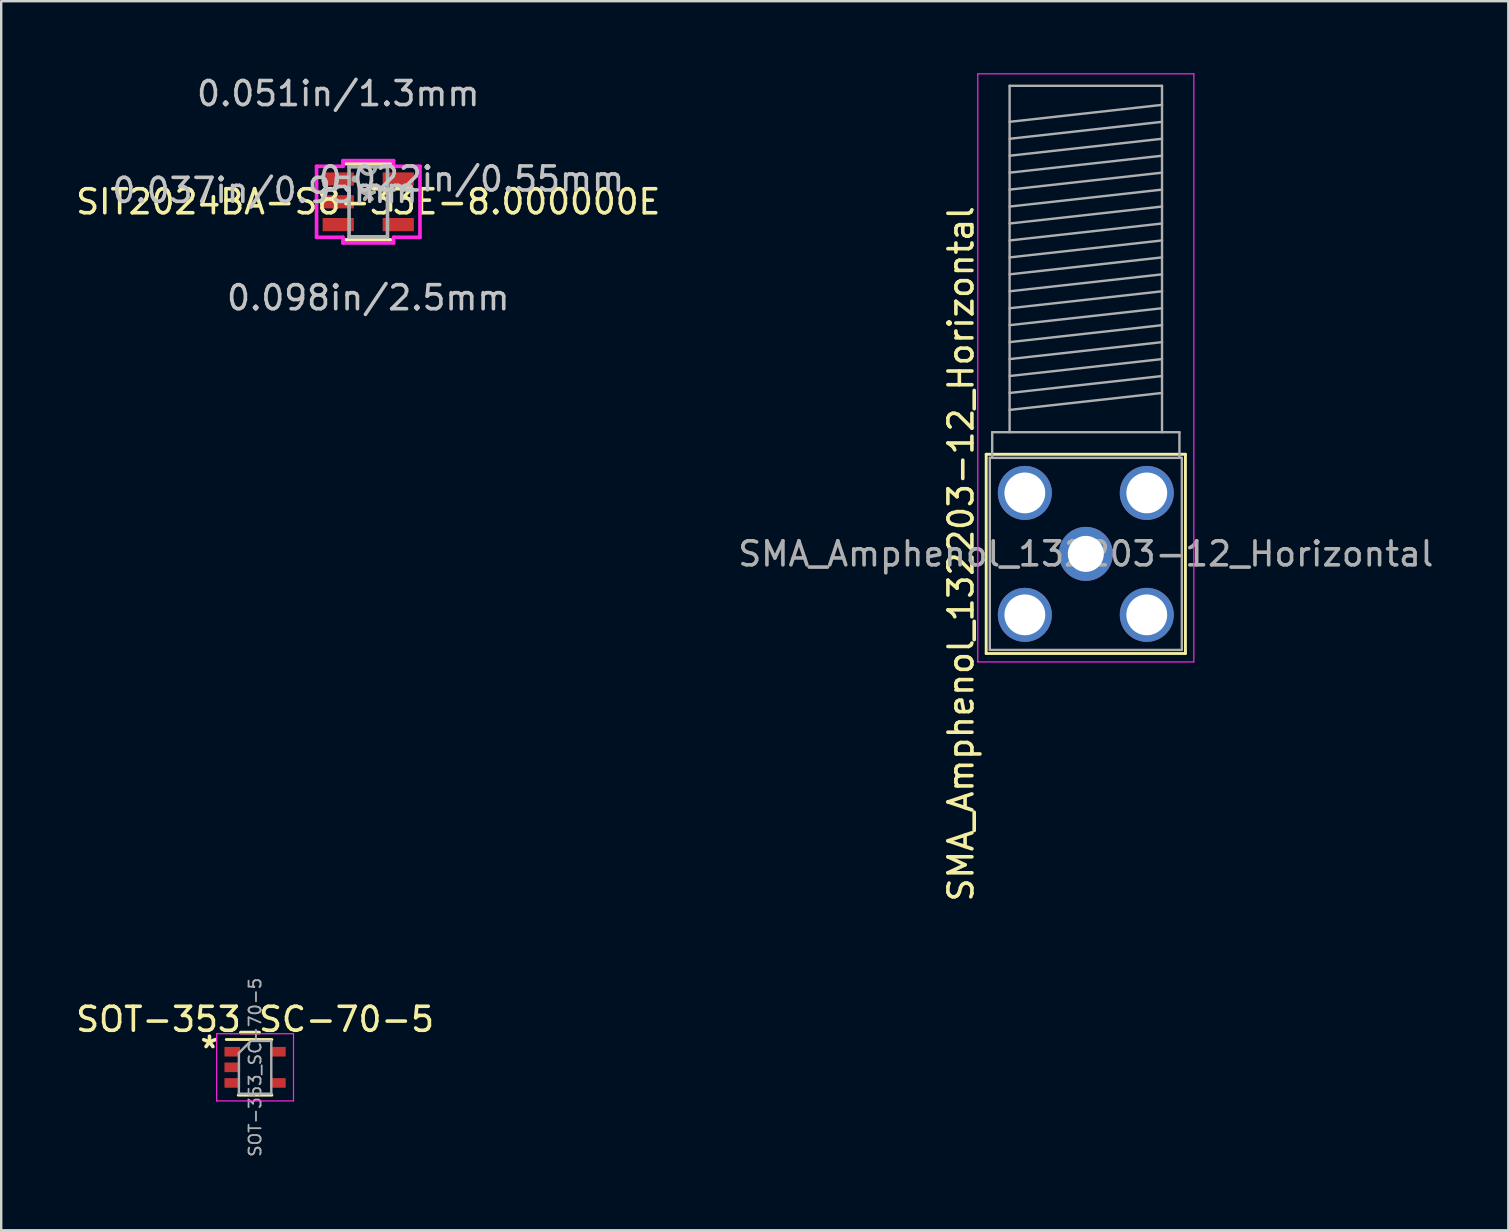
<source format=kicad_pcb>
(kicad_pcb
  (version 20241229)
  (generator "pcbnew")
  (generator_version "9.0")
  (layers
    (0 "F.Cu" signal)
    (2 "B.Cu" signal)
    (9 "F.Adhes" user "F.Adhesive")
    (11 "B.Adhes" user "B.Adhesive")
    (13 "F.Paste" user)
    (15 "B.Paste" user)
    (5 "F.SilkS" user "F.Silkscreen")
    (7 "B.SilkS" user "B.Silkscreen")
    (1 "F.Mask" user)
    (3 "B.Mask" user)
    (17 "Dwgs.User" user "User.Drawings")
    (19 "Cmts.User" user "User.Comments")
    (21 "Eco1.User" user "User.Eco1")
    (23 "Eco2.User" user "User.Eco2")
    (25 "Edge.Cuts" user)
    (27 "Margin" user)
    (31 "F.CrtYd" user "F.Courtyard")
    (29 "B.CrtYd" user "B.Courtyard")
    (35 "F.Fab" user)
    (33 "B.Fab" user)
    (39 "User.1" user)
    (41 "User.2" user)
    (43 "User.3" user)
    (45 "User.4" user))
  (footprint "SMA_Amphenol_132203-12_Horizontal"
    (layer "F.Cu")
    (at 42.185 20.025)
    (property "Reference" "SMA_Amphenol_132203-12_Horizontal" (at -5.2 0 90) (layer "F.SilkS") (effects (font (size 1 1) (thickness 0.15))))
    (attr through_hole)
    (fp_line (start -4.15 -4.15) (end -4.15 4.15) (stroke (width 0.12) (type solid)) (layer "F.SilkS"))
    (fp_line (start -4.15 -4.15) (end 4.15 -4.15) (stroke (width 0.12) (type solid)) (layer "F.SilkS"))
    (fp_line (start -4.15 4.15) (end 4.15 4.15) (stroke (width 0.12) (type solid)) (layer "F.SilkS"))
    (fp_line (start 4.15 -4.15) (end 4.15 4.15) (stroke (width 0.12) (type solid)) (layer "F.SilkS"))
    (fp_line (start -4.5 -20) (end -4.5 4.5) (stroke (width 0.05) (type solid)) (layer "F.CrtYd"))
    (fp_line (start -4.5 -20) (end 4.5 -20) (stroke (width 0.05) (type solid)) (layer "F.CrtYd"))
    (fp_line (start 4.5 4.5) (end -4.5 4.5) (stroke (width 0.05) (type solid)) (layer "F.CrtYd"))
    (fp_line (start 4.5 4.5) (end 4.5 -20) (stroke (width 0.05) (type solid)) (layer "F.CrtYd"))
    (fp_line (start -4 -4) (end -4 4) (stroke (width 0.1) (type solid)) (layer "F.Fab"))
    (fp_line (start -4 -4) (end 4 -4) (stroke (width 0.1) (type solid)) (layer "F.Fab"))
    (fp_line (start -4 4) (end 4 4) (stroke (width 0.1) (type solid)) (layer "F.Fab"))
    (fp_line (start -3.9 -5.07) (end -3.9 -4) (stroke (width 0.1) (type solid)) (layer "F.Fab"))
    (fp_line (start -3.175 -19.5) (end -3.175 -5.07) (stroke (width 0.1) (type solid)) (layer "F.Fab"))
    (fp_line (start -3.175 -19.5) (end 3.175 -19.5) (stroke (width 0.1) (type solid)) (layer "F.Fab"))
    (fp_line (start -3.175 -18) (end 3.175 -18.706) (stroke (width 0.1) (type solid)) (layer "F.Fab"))
    (fp_line (start -3.175 -17.294) (end 3.175 -18) (stroke (width 0.1) (type solid)) (layer "F.Fab"))
    (fp_line (start -3.175 -16.588) (end 3.175 -17.294) (stroke (width 0.1) (type solid)) (layer "F.Fab"))
    (fp_line (start -3.175 -15.882) (end 3.175 -16.588) (stroke (width 0.1) (type solid)) (layer "F.Fab"))
    (fp_line (start -3.175 -15.176) (end 3.175 -15.882) (stroke (width 0.1) (type solid)) (layer "F.Fab"))
    (fp_line (start -3.175 -14.47) (end 3.175 -15.176) (stroke (width 0.1) (type solid)) (layer "F.Fab"))
    (fp_line (start -3.175 -13.764) (end 3.175 -14.47) (stroke (width 0.1) (type solid)) (layer "F.Fab"))
    (fp_line (start -3.175 -13.058) (end 3.175 -13.764) (stroke (width 0.1) (type solid)) (layer "F.Fab"))
    (fp_line (start -3.175 -12.352) (end 3.175 -13.058) (stroke (width 0.1) (type solid)) (layer "F.Fab"))
    (fp_line (start -3.175 -11.646) (end 3.175 -12.352) (stroke (width 0.1) (type solid)) (layer "F.Fab"))
    (fp_line (start -3.175 -10.94) (end 3.175 -11.646) (stroke (width 0.1) (type solid)) (layer "F.Fab"))
    (fp_line (start -3.175 -10.234) (end 3.175 -10.94) (stroke (width 0.1) (type solid)) (layer "F.Fab"))
    (fp_line (start -3.175 -9.528) (end 3.175 -10.234) (stroke (width 0.1) (type solid)) (layer "F.Fab"))
    (fp_line (start -3.175 -8.822) (end 3.175 -9.528) (stroke (width 0.1) (type solid)) (layer "F.Fab"))
    (fp_line (start -3.175 -8.116) (end 3.175 -8.822) (stroke (width 0.1) (type solid)) (layer "F.Fab"))
    (fp_line (start -3.175 -7.41) (end 3.175 -8.116) (stroke (width 0.1) (type solid)) (layer "F.Fab"))
    (fp_line (start -3.175 -6.704) (end 3.175 -7.41) (stroke (width 0.1) (type solid)) (layer "F.Fab"))
    (fp_line (start -3.175 -5.998) (end 3.175 -6.704) (stroke (width 0.1) (type solid)) (layer "F.Fab"))
    (fp_line (start 3.175 -19.5) (end 3.175 -5.07) (stroke (width 0.1) (type solid)) (layer "F.Fab"))
    (fp_line (start 3.9 -5.07) (end -3.9 -5.07) (stroke (width 0.1) (type solid)) (layer "F.Fab"))
    (fp_line (start 3.9 -4) (end 3.9 -5.07) (stroke (width 0.1) (type solid)) (layer "F.Fab"))
    (fp_line (start 4 -4) (end 4 4) (stroke (width 0.1) (type solid)) (layer "F.Fab"))
    (fp_text user "${REFERENCE}" (at 0 0 0) (layer "F.Fab") (effects (font (size 1 1) (thickness 0.15))))
    (pad "1" thru_hole circle (at 0 0) (size 2.25 2.25) (drill 1.5) (layers "*.Cu" "*.Mask"))
    (pad "2" thru_hole circle (at -2.54 -2.54) (size 2.25 2.25) (drill 1.7) (layers "*.Cu" "*.Mask"))
    (pad "2" thru_hole circle (at -2.54 2.54) (size 2.25 2.25) (drill 1.7) (layers "*.Cu" "*.Mask"))
    (pad "2" thru_hole circle (at 2.54 -2.54) (size 2.25 2.25) (drill 1.7) (layers "*.Cu" "*.Mask"))
    (pad "2" thru_hole circle (at 2.54 2.54 90) (size 2.25 2.25) (drill 1.7) (layers "*.Cu" "*.Mask")))
  (footprint "SOT-353_SC-70-5"
    (layer "F.Cu")
    (at 7.577 41.415)
    (property "Reference" "SOT-353_SC-70-5" (at 0 -2 0) (layer "F.SilkS") (effects (font (size 1 1) (thickness 0.15))))
    (attr smd)
    (fp_line (start -0.7 1.16) (end 0.7 1.16) (stroke (width 0.12) (type solid)) (layer "F.SilkS"))
    (fp_line (start 0.7 -1.16) (end -1.2 -1.16) (stroke (width 0.12) (type solid)) (layer "F.SilkS"))
    (fp_line (start -1.6 -1.4) (end -1.6 1.4) (stroke (width 0.05) (type solid)) (layer "F.CrtYd"))
    (fp_line (start -1.6 -1.4) (end 1.6 -1.4) (stroke (width 0.05) (type solid)) (layer "F.CrtYd"))
    (fp_line (start -1.6 1.4) (end 1.6 1.4) (stroke (width 0.05) (type solid)) (layer "F.CrtYd"))
    (fp_line (start 1.6 1.4) (end 1.6 -1.4) (stroke (width 0.05) (type solid)) (layer "F.CrtYd"))
    (fp_line (start -0.675 -0.6) (end -0.675 1.1) (stroke (width 0.1) (type solid)) (layer "F.Fab"))
    (fp_line (start -0.175 -1.1) (end -0.675 -0.6) (stroke (width 0.1) (type solid)) (layer "F.Fab"))
    (fp_line (start 0.675 -1.1) (end -0.175 -1.1) (stroke (width 0.1) (type solid)) (layer "F.Fab"))
    (fp_line (start 0.675 -1.1) (end 0.675 1.1) (stroke (width 0.1) (type solid)) (layer "F.Fab"))
    (fp_line (start 0.675 1.1) (end -0.675 1.1) (stroke (width 0.1) (type solid)) (layer "F.Fab"))
    (fp_text user "*" (at -1.9 -0.75 0) (layer "F.SilkS") (effects (font (size 1 1) (thickness 0.15))))
    (fp_text user "${REFERENCE}" (at 0 0 90) (layer "F.Fab") (effects (font (size 0.5 0.5) (thickness 0.075))))
    (pad "1" smd rect (at -0.95 -0.65) (size 0.65 0.4) (layers "F.Cu" "F.Mask" "F.Paste"))
    (pad "2" smd rect (at -0.95 0) (size 0.65 0.4) (layers "F.Cu" "F.Mask" "F.Paste"))
    (pad "3" smd rect (at -0.95 0.65) (size 0.65 0.4) (layers "F.Cu" "F.Mask" "F.Paste"))
    (pad "4" smd rect (at 0.95 0.65) (size 0.65 0.4) (layers "F.Cu" "F.Mask" "F.Paste"))
    (pad "5" smd rect (at 0.95 -0.65) (size 0.65 0.4) (layers "F.Cu" "F.Mask" "F.Paste")))
  (footprint "SIT2024BA-S8-33E-8.000000E"
    (layer "F.Cu")
    (at 12.292 5.357)
    (property "Reference" "SIT2024BA-S8-33E-8.000000E" (at 0 0 0) (layer "F.SilkS") (effects (font (size 1 1) (thickness 0.15))))
    (attr through_hole)
    (fp_line (start -0.927 1.587) (end 0.927 1.587) (stroke (width 0.152) (type solid)) (layer "F.SilkS"))
    (fp_line (start 0.927 -1.587) (end -0.927 -1.587) (stroke (width 0.152) (type solid)) (layer "F.SilkS"))
    (fp_line (start 0.927 0.342) (end 0.927 -0.342) (stroke (width 0.152) (type solid)) (layer "F.SilkS"))
    (fp_line (start -2.154 -1.479) (end -1.054 -1.479) (stroke (width 0.152) (type solid)) (layer "F.CrtYd"))
    (fp_line (start -2.154 1.479) (end -2.154 -1.479) (stroke (width 0.152) (type solid)) (layer "F.CrtYd"))
    (fp_line (start -1.054 -1.714) (end 1.054 -1.714) (stroke (width 0.152) (type solid)) (layer "F.CrtYd"))
    (fp_line (start -1.054 -1.479) (end -1.054 -1.714) (stroke (width 0.152) (type solid)) (layer "F.CrtYd"))
    (fp_line (start -1.054 1.479) (end -2.154 1.479) (stroke (width 0.152) (type solid)) (layer "F.CrtYd"))
    (fp_line (start -1.054 1.714) (end -1.054 1.479) (stroke (width 0.152) (type solid)) (layer "F.CrtYd"))
    (fp_line (start 1.054 -1.714) (end 1.054 -1.479) (stroke (width 0.152) (type solid)) (layer "F.CrtYd"))
    (fp_line (start 1.054 -1.479) (end 2.154 -1.479) (stroke (width 0.152) (type solid)) (layer "F.CrtYd"))
    (fp_line (start 1.054 1.479) (end 1.054 1.714) (stroke (width 0.152) (type solid)) (layer "F.CrtYd"))
    (fp_line (start 1.054 1.714) (end -1.054 1.714) (stroke (width 0.152) (type solid)) (layer "F.CrtYd"))
    (fp_line (start 2.154 -1.479) (end 2.154 1.479) (stroke (width 0.152) (type solid)) (layer "F.CrtYd"))
    (fp_line (start 2.154 1.479) (end 1.054 1.479) (stroke (width 0.152) (type solid)) (layer "F.CrtYd"))
    (fp_line (start -0.8 -1.46) (end -0.8 1.46) (stroke (width 0.152) (type solid)) (layer "F.Fab"))
    (fp_line (start -0.8 1.46) (end 0.8 1.46) (stroke (width 0.152) (type solid)) (layer "F.Fab"))
    (fp_line (start 0.8 -1.46) (end -0.8 -1.46) (stroke (width 0.152) (type solid)) (layer "F.Fab"))
    (fp_line (start 0.8 1.46) (end 0.8 -1.46) (stroke (width 0.152) (type solid)) (layer "F.Fab"))
    (fp_arc (start 0.3048 -1.4605) (mid 0 -1.1557) (end -0.3048 -1.4605) (stroke (width 0.1524) (type solid)) (layer "F.Fab"))
    (fp_circle (center -0.546 -0.95) (end -0.546 -0.95) (stroke (width 0.152) (type solid)) (fill no) (layer "F.Fab"))
    (fp_text user "*" (at 0 0 0) (layer "F.SilkS") (effects (font (size 1 1) (thickness 0.15))))
    (fp_text user "0.022in/0.55mm" (at 4.298 -0.95 0) (layer "Dwgs.User") (effects (font (size 1 1) (thickness 0.15))))
    (fp_text user "0.098in/2.5mm" (at 0 3.998 0) (layer "Dwgs.User") (effects (font (size 1 1) (thickness 0.15))))
    (fp_text user "0.051in/1.3mm" (at -1.25 -4.508 0) (layer "Dwgs.User") (effects (font (size 1 1) (thickness 0.15))))
    (fp_text user "0.037in/0.95mm" (at -4.298 -0.475 0) (layer "Dwgs.User") (effects (font (size 1 1) (thickness 0.15))))
    (fp_text user "Copyright 2016 Accelerated Designs. All rights reserved." (at 0 0 0) (layer "Cmts.User") (effects (font (size 0.127 0.127) (thickness 0.002))))
    (fp_text user "*" (at 0 0 0) (layer "F.Fab") (effects (font (size 1 1) (thickness 0.15))))
    (pad "1" smd rect (at -1.25 -0.95) (size 1.3 0.55) (layers "F.Cu" "F.Mask" "F.Paste"))
    (pad "2" smd rect (at -1.25 0) (size 1.3 0.55) (layers "F.Cu" "F.Mask" "F.Paste"))
    (pad "3" smd rect (at -1.25 0.95) (size 1.3 0.55) (layers "F.Cu" "F.Mask" "F.Paste"))
    (pad "4" smd rect (at 1.25 0.95) (size 1.3 0.55) (layers "F.Cu" "F.Mask" "F.Paste"))
    (pad "5" smd rect (at 1.25 -0.95) (size 1.3 0.55) (layers "F.Cu" "F.Mask" "F.Paste")))
  (gr_rect
    (start -3 -3)
    (end 59.786 48.204)
    (stroke (width 0.1) (type default))
    (fill no)
    (layer "Edge.Cuts")))
</source>
